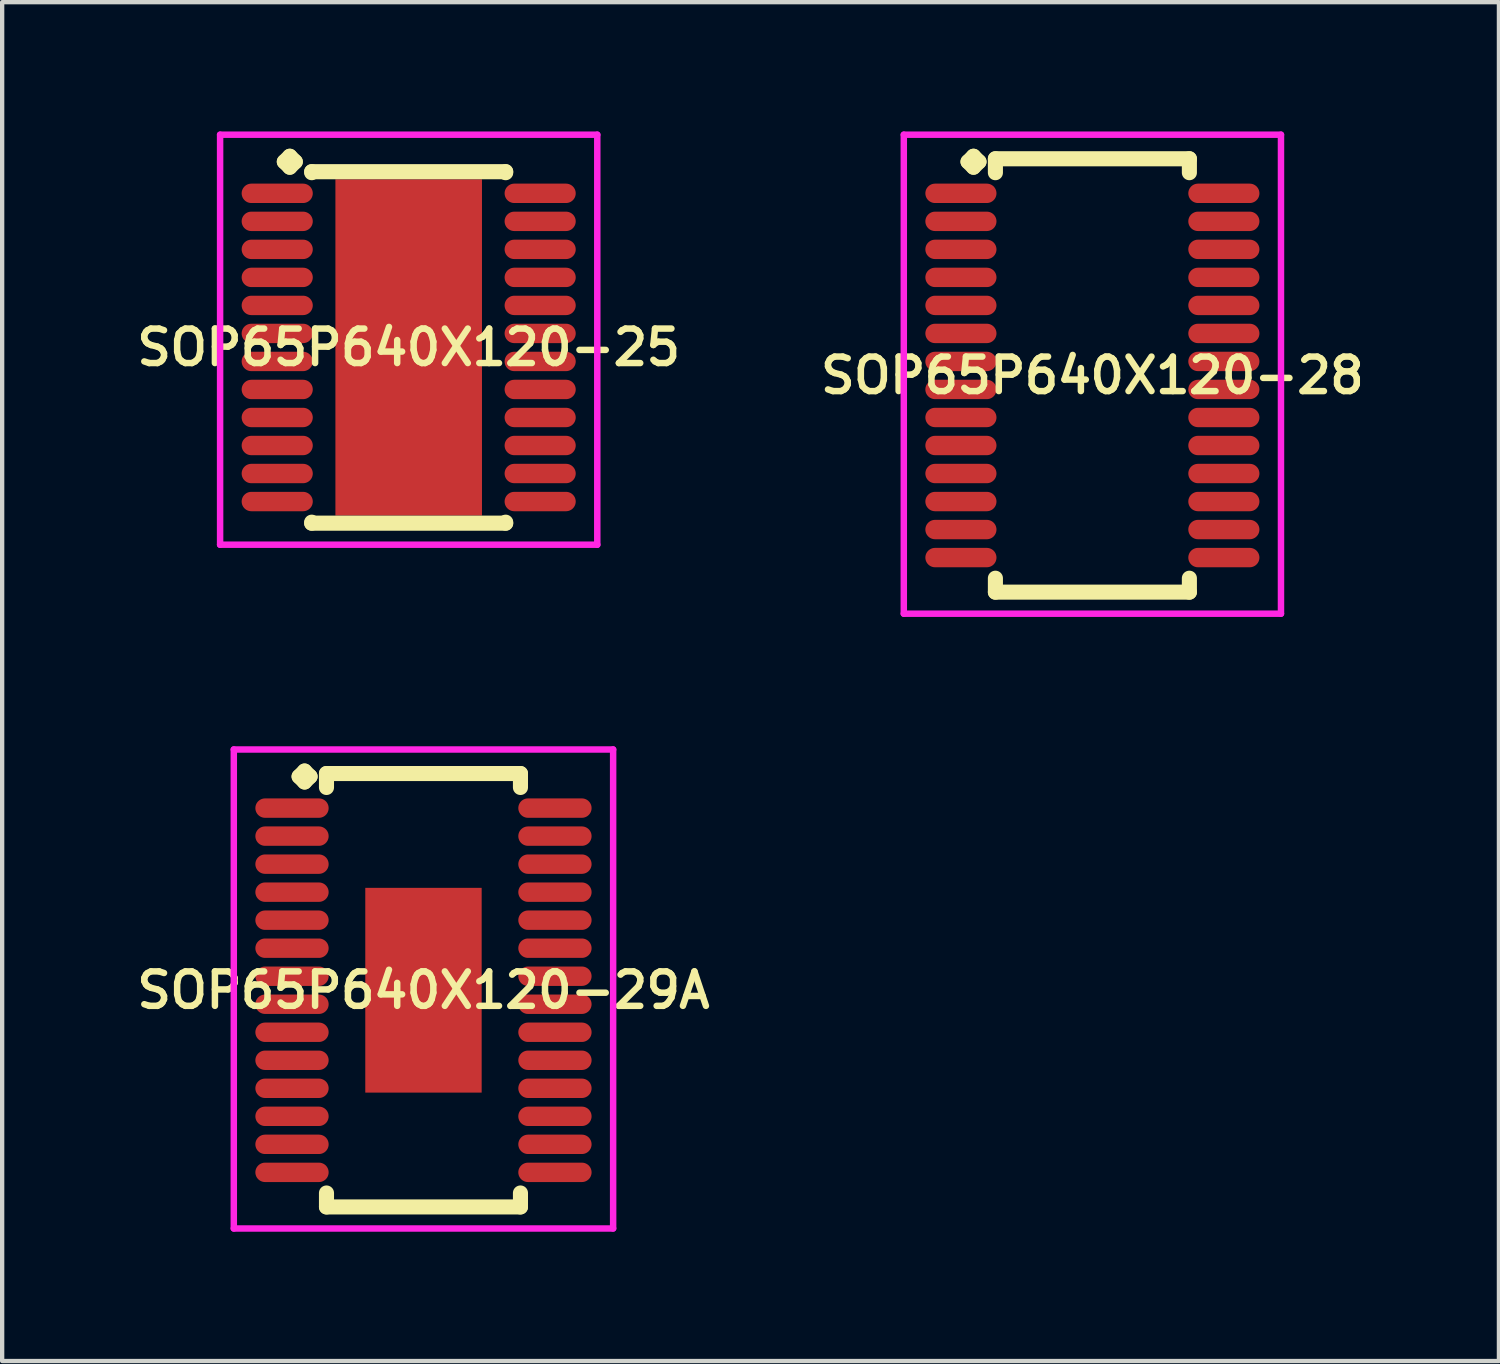
<source format=kicad_pcb>
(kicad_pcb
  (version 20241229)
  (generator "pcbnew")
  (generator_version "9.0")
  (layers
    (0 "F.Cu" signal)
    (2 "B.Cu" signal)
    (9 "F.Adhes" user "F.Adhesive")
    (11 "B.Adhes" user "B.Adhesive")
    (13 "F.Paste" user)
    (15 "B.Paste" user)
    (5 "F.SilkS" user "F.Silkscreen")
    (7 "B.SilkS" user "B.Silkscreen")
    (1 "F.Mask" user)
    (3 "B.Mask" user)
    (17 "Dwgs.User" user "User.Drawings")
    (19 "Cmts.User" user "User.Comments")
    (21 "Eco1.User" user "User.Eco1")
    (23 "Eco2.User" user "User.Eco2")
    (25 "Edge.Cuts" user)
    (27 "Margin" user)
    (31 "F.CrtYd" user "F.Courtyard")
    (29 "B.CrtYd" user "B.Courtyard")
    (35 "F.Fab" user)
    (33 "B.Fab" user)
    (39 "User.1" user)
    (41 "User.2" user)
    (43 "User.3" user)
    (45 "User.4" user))
  (footprint "SOP65P640X120-25"
    (layer "F.Cu")
    (at 6.431 5.01)
    (property "Reference" "SOP65P640X120-25" (at 0 0 0) (layer "F.SilkS") (effects (font (size 0.8 0.8) (thickness 0.15))))
    (attr smd)
    (fp_line (start -2.885 -4.308) (end -2.758 -4.435) (stroke (width 0.35) (type solid)) (layer "F.SilkS"))
    (fp_line (start -2.758 -4.435) (end -2.631 -4.308) (stroke (width 0.35) (type solid)) (layer "F.SilkS"))
    (fp_line (start -2.758 -4.181) (end -2.885 -4.308) (stroke (width 0.35) (type solid)) (layer "F.SilkS"))
    (fp_line (start -2.631 -4.308) (end -2.758 -4.181) (stroke (width 0.35) (type solid)) (layer "F.SilkS"))
    (fp_line (start -2.25 -4.077) (end 2.25 -4.077) (stroke (width 0.35) (type solid)) (layer "F.SilkS"))
    (fp_line (start -2.25 -4.054) (end -2.25 -4.077) (stroke (width 0.35) (type solid)) (layer "F.SilkS"))
    (fp_line (start -2.25 4.054) (end -2.25 4.077) (stroke (width 0.35) (type solid)) (layer "F.SilkS"))
    (fp_line (start -2.25 4.077) (end 2.25 4.077) (stroke (width 0.35) (type solid)) (layer "F.SilkS"))
    (fp_line (start 2.25 -4.077) (end 2.25 -4.054) (stroke (width 0.35) (type solid)) (layer "F.SilkS"))
    (fp_line (start 2.25 4.077) (end 2.25 4.054) (stroke (width 0.35) (type solid)) (layer "F.SilkS"))
    (fp_line (start -4.375 -4.935) (end 4.375 -4.935) (stroke (width 0.15) (type solid)) (layer "F.CrtYd"))
    (fp_line (start -4.375 4.577) (end -4.375 -4.935) (stroke (width 0.15) (type solid)) (layer "F.CrtYd"))
    (fp_line (start 4.375 -4.935) (end 4.375 4.577) (stroke (width 0.15) (type solid)) (layer "F.CrtYd"))
    (fp_line (start 4.375 4.577) (end -4.375 4.577) (stroke (width 0.15) (type solid)) (layer "F.CrtYd"))
    (pad "1" smd oval (at -3.05 -3.575) (size 1.65 0.45) (layers "F.Cu" "F.Mask" "F.Paste"))
    (pad "2" smd oval (at -3.05 -2.925) (size 1.65 0.45) (layers "F.Cu" "F.Mask" "F.Paste"))
    (pad "3" smd oval (at -3.05 -2.275) (size 1.65 0.45) (layers "F.Cu" "F.Mask" "F.Paste"))
    (pad "4" smd oval (at -3.05 -1.625) (size 1.65 0.45) (layers "F.Cu" "F.Mask" "F.Paste"))
    (pad "5" smd oval (at -3.05 -0.975) (size 1.65 0.45) (layers "F.Cu" "F.Mask" "F.Paste"))
    (pad "6" smd oval (at -3.05 -0.325) (size 1.65 0.45) (layers "F.Cu" "F.Mask" "F.Paste"))
    (pad "7" smd oval (at -3.05 0.325) (size 1.65 0.45) (layers "F.Cu" "F.Mask" "F.Paste"))
    (pad "8" smd oval (at -3.05 0.975) (size 1.65 0.45) (layers "F.Cu" "F.Mask" "F.Paste"))
    (pad "9" smd oval (at -3.05 1.625) (size 1.65 0.45) (layers "F.Cu" "F.Mask" "F.Paste"))
    (pad "10" smd oval (at -3.05 2.275) (size 1.65 0.45) (layers "F.Cu" "F.Mask" "F.Paste"))
    (pad "11" smd oval (at -3.05 2.925) (size 1.65 0.45) (layers "F.Cu" "F.Mask" "F.Paste"))
    (pad "12" smd oval (at -3.05 3.575) (size 1.65 0.45) (layers "F.Cu" "F.Mask" "F.Paste"))
    (pad "13" smd oval (at 3.05 3.575) (size 1.65 0.45) (layers "F.Cu" "F.Mask" "F.Paste"))
    (pad "14" smd oval (at 3.05 2.925) (size 1.65 0.45) (layers "F.Cu" "F.Mask" "F.Paste"))
    (pad "15" smd oval (at 3.05 2.275) (size 1.65 0.45) (layers "F.Cu" "F.Mask" "F.Paste"))
    (pad "16" smd oval (at 3.05 1.625) (size 1.65 0.45) (layers "F.Cu" "F.Mask" "F.Paste"))
    (pad "17" smd oval (at 3.05 0.975) (size 1.65 0.45) (layers "F.Cu" "F.Mask" "F.Paste"))
    (pad "18" smd oval (at 3.05 0.325) (size 1.65 0.45) (layers "F.Cu" "F.Mask" "F.Paste"))
    (pad "19" smd oval (at 3.05 -0.325) (size 1.65 0.45) (layers "F.Cu" "F.Mask" "F.Paste"))
    (pad "20" smd oval (at 3.05 -0.975) (size 1.65 0.45) (layers "F.Cu" "F.Mask" "F.Paste"))
    (pad "21" smd oval (at 3.05 -1.625) (size 1.65 0.45) (layers "F.Cu" "F.Mask" "F.Paste"))
    (pad "22" smd oval (at 3.05 -2.275) (size 1.65 0.45) (layers "F.Cu" "F.Mask" "F.Paste"))
    (pad "23" smd oval (at 3.05 -2.925) (size 1.65 0.45) (layers "F.Cu" "F.Mask" "F.Paste"))
    (pad "24" smd oval (at 3.05 -3.575) (size 1.65 0.45) (layers "F.Cu" "F.Mask" "F.Paste"))
    (pad "25" smd rect (at 0 0) (size 3.4 7.8) (layers "F.Cu" "F.Mask" "F.Paste")))
  (footprint "SOP65P640X120-28"
    (layer "F.Cu")
    (at 22.292 5.66)
    (property "Reference" "SOP65P640X120-28" (at 0 0 0) (layer "F.SilkS") (effects (font (size 0.8 0.8) (thickness 0.15))))
    (attr smd)
    (fp_line (start -2.885 -4.958) (end -2.758 -5.085) (stroke (width 0.35) (type solid)) (layer "F.SilkS"))
    (fp_line (start -2.758 -5.085) (end -2.631 -4.958) (stroke (width 0.35) (type solid)) (layer "F.SilkS"))
    (fp_line (start -2.758 -4.831) (end -2.885 -4.958) (stroke (width 0.35) (type solid)) (layer "F.SilkS"))
    (fp_line (start -2.631 -4.958) (end -2.758 -4.831) (stroke (width 0.35) (type solid)) (layer "F.SilkS"))
    (fp_line (start -2.25 -5.027) (end 2.25 -5.027) (stroke (width 0.35) (type solid)) (layer "F.SilkS"))
    (fp_line (start -2.25 -4.704) (end -2.25 -5.027) (stroke (width 0.35) (type solid)) (layer "F.SilkS"))
    (fp_line (start -2.25 4.704) (end -2.25 5.027) (stroke (width 0.35) (type solid)) (layer "F.SilkS"))
    (fp_line (start -2.25 5.027) (end 2.25 5.027) (stroke (width 0.35) (type solid)) (layer "F.SilkS"))
    (fp_line (start 2.25 -5.027) (end 2.25 -4.704) (stroke (width 0.35) (type solid)) (layer "F.SilkS"))
    (fp_line (start 2.25 5.027) (end 2.25 4.704) (stroke (width 0.35) (type solid)) (layer "F.SilkS"))
    (fp_line (start -4.375 -5.585) (end 4.375 -5.585) (stroke (width 0.15) (type solid)) (layer "F.CrtYd"))
    (fp_line (start -4.375 5.527) (end -4.375 -5.585) (stroke (width 0.15) (type solid)) (layer "F.CrtYd"))
    (fp_line (start 4.375 -5.585) (end 4.375 5.527) (stroke (width 0.15) (type solid)) (layer "F.CrtYd"))
    (fp_line (start 4.375 5.527) (end -4.375 5.527) (stroke (width 0.15) (type solid)) (layer "F.CrtYd"))
    (pad "1" smd oval (at -3.05 -4.225) (size 1.65 0.45) (layers "F.Cu" "F.Mask" "F.Paste"))
    (pad "2" smd oval (at -3.05 -3.575) (size 1.65 0.45) (layers "F.Cu" "F.Mask" "F.Paste"))
    (pad "3" smd oval (at -3.05 -2.925) (size 1.65 0.45) (layers "F.Cu" "F.Mask" "F.Paste"))
    (pad "4" smd oval (at -3.05 -2.275) (size 1.65 0.45) (layers "F.Cu" "F.Mask" "F.Paste"))
    (pad "5" smd oval (at -3.05 -1.625) (size 1.65 0.45) (layers "F.Cu" "F.Mask" "F.Paste"))
    (pad "6" smd oval (at -3.05 -0.975) (size 1.65 0.45) (layers "F.Cu" "F.Mask" "F.Paste"))
    (pad "7" smd oval (at -3.05 -0.325) (size 1.65 0.45) (layers "F.Cu" "F.Mask" "F.Paste"))
    (pad "8" smd oval (at -3.05 0.325) (size 1.65 0.45) (layers "F.Cu" "F.Mask" "F.Paste"))
    (pad "9" smd oval (at -3.05 0.975) (size 1.65 0.45) (layers "F.Cu" "F.Mask" "F.Paste"))
    (pad "10" smd oval (at -3.05 1.625) (size 1.65 0.45) (layers "F.Cu" "F.Mask" "F.Paste"))
    (pad "11" smd oval (at -3.05 2.275) (size 1.65 0.45) (layers "F.Cu" "F.Mask" "F.Paste"))
    (pad "12" smd oval (at -3.05 2.925) (size 1.65 0.45) (layers "F.Cu" "F.Mask" "F.Paste"))
    (pad "13" smd oval (at -3.05 3.575) (size 1.65 0.45) (layers "F.Cu" "F.Mask" "F.Paste"))
    (pad "14" smd oval (at -3.05 4.225) (size 1.65 0.45) (layers "F.Cu" "F.Mask" "F.Paste"))
    (pad "15" smd oval (at 3.05 4.225) (size 1.65 0.45) (layers "F.Cu" "F.Mask" "F.Paste"))
    (pad "16" smd oval (at 3.05 3.575) (size 1.65 0.45) (layers "F.Cu" "F.Mask" "F.Paste"))
    (pad "17" smd oval (at 3.05 2.925) (size 1.65 0.45) (layers "F.Cu" "F.Mask" "F.Paste"))
    (pad "18" smd oval (at 3.05 2.275) (size 1.65 0.45) (layers "F.Cu" "F.Mask" "F.Paste"))
    (pad "19" smd oval (at 3.05 1.625) (size 1.65 0.45) (layers "F.Cu" "F.Mask" "F.Paste"))
    (pad "20" smd oval (at 3.05 0.975) (size 1.65 0.45) (layers "F.Cu" "F.Mask" "F.Paste"))
    (pad "21" smd oval (at 3.05 0.325) (size 1.65 0.45) (layers "F.Cu" "F.Mask" "F.Paste"))
    (pad "22" smd oval (at 3.05 -0.325) (size 1.65 0.45) (layers "F.Cu" "F.Mask" "F.Paste"))
    (pad "23" smd oval (at 3.05 -0.975) (size 1.65 0.45) (layers "F.Cu" "F.Mask" "F.Paste"))
    (pad "24" smd oval (at 3.05 -1.625) (size 1.65 0.45) (layers "F.Cu" "F.Mask" "F.Paste"))
    (pad "25" smd oval (at 3.05 -2.275) (size 1.65 0.45) (layers "F.Cu" "F.Mask" "F.Paste"))
    (pad "26" smd oval (at 3.05 -2.925) (size 1.65 0.45) (layers "F.Cu" "F.Mask" "F.Paste"))
    (pad "27" smd oval (at 3.05 -3.575) (size 1.65 0.45) (layers "F.Cu" "F.Mask" "F.Paste"))
    (pad "28" smd oval (at 3.05 -4.225) (size 1.65 0.45) (layers "F.Cu" "F.Mask" "F.Paste")))
  (footprint "SOP65P640X120-29A"
    (layer "F.Cu")
    (at 6.774 19.922)
    (property "Reference" "SOP65P640X120-29A" (at 0 0 0) (layer "F.SilkS") (effects (font (size 0.8 0.8) (thickness 0.15))))
    (attr smd)
    (fp_line (start -2.885 -4.958) (end -2.758 -5.085) (stroke (width 0.35) (type solid)) (layer "F.SilkS"))
    (fp_line (start -2.758 -5.085) (end -2.631 -4.958) (stroke (width 0.35) (type solid)) (layer "F.SilkS"))
    (fp_line (start -2.758 -4.831) (end -2.885 -4.958) (stroke (width 0.35) (type solid)) (layer "F.SilkS"))
    (fp_line (start -2.631 -4.958) (end -2.758 -4.831) (stroke (width 0.35) (type solid)) (layer "F.SilkS"))
    (fp_line (start -2.25 -5.027) (end 2.25 -5.027) (stroke (width 0.35) (type solid)) (layer "F.SilkS"))
    (fp_line (start -2.25 -4.704) (end -2.25 -5.027) (stroke (width 0.35) (type solid)) (layer "F.SilkS"))
    (fp_line (start -2.25 4.704) (end -2.25 5.027) (stroke (width 0.35) (type solid)) (layer "F.SilkS"))
    (fp_line (start -2.25 5.027) (end 2.25 5.027) (stroke (width 0.35) (type solid)) (layer "F.SilkS"))
    (fp_line (start 2.25 -5.027) (end 2.25 -4.704) (stroke (width 0.35) (type solid)) (layer "F.SilkS"))
    (fp_line (start 2.25 5.027) (end 2.25 4.704) (stroke (width 0.35) (type solid)) (layer "F.SilkS"))
    (fp_line (start -4.4 -5.585) (end 4.4 -5.585) (stroke (width 0.15) (type solid)) (layer "F.CrtYd"))
    (fp_line (start -4.4 5.527) (end -4.4 -5.585) (stroke (width 0.15) (type solid)) (layer "F.CrtYd"))
    (fp_line (start 4.4 -5.585) (end 4.4 5.527) (stroke (width 0.15) (type solid)) (layer "F.CrtYd"))
    (fp_line (start 4.4 5.527) (end -4.4 5.527) (stroke (width 0.15) (type solid)) (layer "F.CrtYd"))
    (pad "1" smd oval (at -3.05 -4.225) (size 1.7 0.45) (layers "F.Cu" "F.Mask" "F.Paste"))
    (pad "2" smd oval (at -3.05 -3.575) (size 1.7 0.45) (layers "F.Cu" "F.Mask" "F.Paste"))
    (pad "3" smd oval (at -3.05 -2.925) (size 1.7 0.45) (layers "F.Cu" "F.Mask" "F.Paste"))
    (pad "4" smd oval (at -3.05 -2.275) (size 1.7 0.45) (layers "F.Cu" "F.Mask" "F.Paste"))
    (pad "5" smd oval (at -3.05 -1.625) (size 1.7 0.45) (layers "F.Cu" "F.Mask" "F.Paste"))
    (pad "6" smd oval (at -3.05 -0.975) (size 1.7 0.45) (layers "F.Cu" "F.Mask" "F.Paste"))
    (pad "7" smd oval (at -3.05 -0.325) (size 1.7 0.45) (layers "F.Cu" "F.Mask" "F.Paste"))
    (pad "8" smd oval (at -3.05 0.325) (size 1.7 0.45) (layers "F.Cu" "F.Mask" "F.Paste"))
    (pad "9" smd oval (at -3.05 0.975) (size 1.7 0.45) (layers "F.Cu" "F.Mask" "F.Paste"))
    (pad "10" smd oval (at -3.05 1.625) (size 1.7 0.45) (layers "F.Cu" "F.Mask" "F.Paste"))
    (pad "11" smd oval (at -3.05 2.275) (size 1.7 0.45) (layers "F.Cu" "F.Mask" "F.Paste"))
    (pad "12" smd oval (at -3.05 2.925) (size 1.7 0.45) (layers "F.Cu" "F.Mask" "F.Paste"))
    (pad "13" smd oval (at -3.05 3.575) (size 1.7 0.45) (layers "F.Cu" "F.Mask" "F.Paste"))
    (pad "14" smd oval (at -3.05 4.225) (size 1.7 0.45) (layers "F.Cu" "F.Mask" "F.Paste"))
    (pad "15" smd oval (at 3.05 4.225) (size 1.7 0.45) (layers "F.Cu" "F.Mask" "F.Paste"))
    (pad "16" smd oval (at 3.05 3.575) (size 1.7 0.45) (layers "F.Cu" "F.Mask" "F.Paste"))
    (pad "17" smd oval (at 3.05 2.925) (size 1.7 0.45) (layers "F.Cu" "F.Mask" "F.Paste"))
    (pad "18" smd oval (at 3.05 2.275) (size 1.7 0.45) (layers "F.Cu" "F.Mask" "F.Paste"))
    (pad "19" smd oval (at 3.05 1.625) (size 1.7 0.45) (layers "F.Cu" "F.Mask" "F.Paste"))
    (pad "20" smd oval (at 3.05 0.975) (size 1.7 0.45) (layers "F.Cu" "F.Mask" "F.Paste"))
    (pad "21" smd oval (at 3.05 0.325) (size 1.7 0.45) (layers "F.Cu" "F.Mask" "F.Paste"))
    (pad "22" smd oval (at 3.05 -0.325) (size 1.7 0.45) (layers "F.Cu" "F.Mask" "F.Paste"))
    (pad "23" smd oval (at 3.05 -0.975) (size 1.7 0.45) (layers "F.Cu" "F.Mask" "F.Paste"))
    (pad "24" smd oval (at 3.05 -1.625) (size 1.7 0.45) (layers "F.Cu" "F.Mask" "F.Paste"))
    (pad "25" smd oval (at 3.05 -2.275) (size 1.7 0.45) (layers "F.Cu" "F.Mask" "F.Paste"))
    (pad "26" smd oval (at 3.05 -2.925) (size 1.7 0.45) (layers "F.Cu" "F.Mask" "F.Paste"))
    (pad "27" smd oval (at 3.05 -3.575) (size 1.7 0.45) (layers "F.Cu" "F.Mask" "F.Paste"))
    (pad "28" smd oval (at 3.05 -4.225) (size 1.7 0.45) (layers "F.Cu" "F.Mask" "F.Paste"))
    (pad "29" smd rect (at 0 0) (size 2.7 4.75) (layers "F.Cu" "F.Mask" "F.Paste")))
  (gr_rect
    (start -3 -3)
    (end 31.723 28.524)
    (stroke (width 0.1) (type default))
    (fill no)
    (layer "Edge.Cuts")))
</source>
